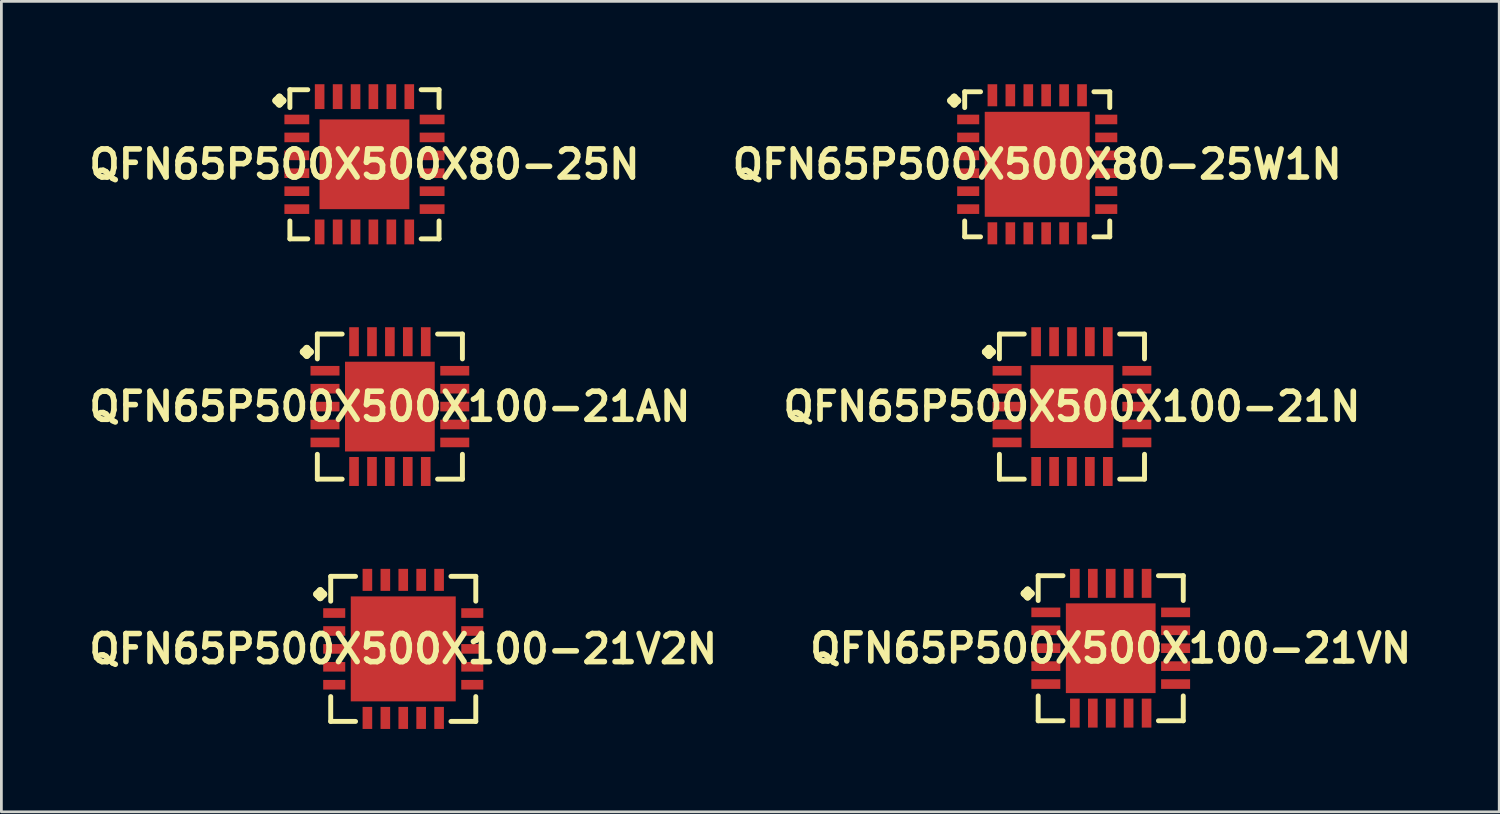
<source format=kicad_pcb>
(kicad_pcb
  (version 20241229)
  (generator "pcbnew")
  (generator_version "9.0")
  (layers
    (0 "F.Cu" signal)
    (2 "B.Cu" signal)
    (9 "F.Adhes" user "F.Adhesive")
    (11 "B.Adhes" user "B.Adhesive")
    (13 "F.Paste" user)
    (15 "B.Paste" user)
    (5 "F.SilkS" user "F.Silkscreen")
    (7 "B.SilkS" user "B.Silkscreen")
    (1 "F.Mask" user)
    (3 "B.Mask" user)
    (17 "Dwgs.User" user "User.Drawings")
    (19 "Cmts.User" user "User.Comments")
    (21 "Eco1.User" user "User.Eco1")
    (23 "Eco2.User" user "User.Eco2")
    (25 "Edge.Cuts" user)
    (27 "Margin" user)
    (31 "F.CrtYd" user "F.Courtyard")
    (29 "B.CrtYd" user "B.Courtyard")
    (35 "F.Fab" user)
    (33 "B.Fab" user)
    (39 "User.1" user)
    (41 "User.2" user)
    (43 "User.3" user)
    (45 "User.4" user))
  (footprint "QFN65P500X500X100-21VN"
    (layer "F.Cu")
    (at 37.162 20.418)
    (property "Reference" "QFN65P500X500X100-21VN" (at 0 0 0) (layer "F.SilkS") (effects (font (size 1.016 1.016) (thickness 0.203))))
    (attr smd)
    (fp_line (start -3.134 -1.981) (end -3.007 -2.108) (stroke (width 0.254) (type solid)) (layer "F.SilkS"))
    (fp_line (start -3.007 -2.108) (end -2.88 -1.981) (stroke (width 0.254) (type solid)) (layer "F.SilkS"))
    (fp_line (start -3.007 -1.854) (end -3.134 -1.981) (stroke (width 0.254) (type solid)) (layer "F.SilkS"))
    (fp_line (start -2.88 -1.981) (end -3.007 -1.854) (stroke (width 0.254) (type solid)) (layer "F.SilkS"))
    (fp_line (start -2.626 -2.626) (end -1.727 -2.626) (stroke (width 0.178) (type solid)) (layer "F.SilkS"))
    (fp_line (start -2.626 -1.727) (end -2.626 -2.626) (stroke (width 0.178) (type solid)) (layer "F.SilkS"))
    (fp_line (start -2.626 1.727) (end -2.626 2.626) (stroke (width 0.178) (type solid)) (layer "F.SilkS"))
    (fp_line (start -2.626 2.626) (end -1.727 2.626) (stroke (width 0.178) (type solid)) (layer "F.SilkS"))
    (fp_line (start 1.727 -2.626) (end 2.626 -2.626) (stroke (width 0.178) (type solid)) (layer "F.SilkS"))
    (fp_line (start 1.727 2.626) (end 2.626 2.626) (stroke (width 0.178) (type solid)) (layer "F.SilkS"))
    (fp_line (start 2.626 -2.626) (end 2.626 -1.727) (stroke (width 0.178) (type solid)) (layer "F.SilkS"))
    (fp_line (start 2.626 2.626) (end 2.626 1.727) (stroke (width 0.178) (type solid)) (layer "F.SilkS"))
    (pad "1" smd rect (at -2.349 -1.298) (size 1.049 0.348) (layers "F.Cu" "F.Mask" "F.Paste"))
    (pad "2" smd rect (at -2.349 -0.648) (size 1.049 0.348) (layers "F.Cu" "F.Mask" "F.Paste"))
    (pad "3" smd rect (at -2.349 0) (size 1.049 0.348) (layers "F.Cu" "F.Mask" "F.Paste"))
    (pad "4" smd rect (at -2.349 0.648) (size 1.049 0.348) (layers "F.Cu" "F.Mask" "F.Paste"))
    (pad "5" smd rect (at -2.349 1.298) (size 1.049 0.348) (layers "F.Cu" "F.Mask" "F.Paste"))
    (pad "6" smd rect (at -1.298 2.349) (size 0.348 1.049) (layers "F.Cu" "F.Mask" "F.Paste"))
    (pad "7" smd rect (at -0.648 2.349) (size 0.348 1.049) (layers "F.Cu" "F.Mask" "F.Paste"))
    (pad "8" smd rect (at 0 2.349) (size 0.348 1.049) (layers "F.Cu" "F.Mask" "F.Paste"))
    (pad "9" smd rect (at 0.648 2.349) (size 0.348 1.049) (layers "F.Cu" "F.Mask" "F.Paste"))
    (pad "10" smd rect (at 1.298 2.349) (size 0.348 1.049) (layers "F.Cu" "F.Mask" "F.Paste"))
    (pad "11" smd rect (at 2.349 1.298) (size 1.049 0.348) (layers "F.Cu" "F.Mask" "F.Paste"))
    (pad "12" smd rect (at 2.349 0.648) (size 1.049 0.348) (layers "F.Cu" "F.Mask" "F.Paste"))
    (pad "13" smd rect (at 2.349 0) (size 1.049 0.348) (layers "F.Cu" "F.Mask" "F.Paste"))
    (pad "14" smd rect (at 2.349 -0.648) (size 1.049 0.348) (layers "F.Cu" "F.Mask" "F.Paste"))
    (pad "15" smd rect (at 2.349 -1.298) (size 1.049 0.348) (layers "F.Cu" "F.Mask" "F.Paste"))
    (pad "16" smd rect (at 1.298 -2.349) (size 0.348 1.049) (layers "F.Cu" "F.Mask" "F.Paste"))
    (pad "17" smd rect (at 0.648 -2.349) (size 0.348 1.049) (layers "F.Cu" "F.Mask" "F.Paste"))
    (pad "18" smd rect (at 0 -2.349) (size 0.348 1.049) (layers "F.Cu" "F.Mask" "F.Paste"))
    (pad "19" smd rect (at -0.648 -2.349) (size 0.348 1.049) (layers "F.Cu" "F.Mask" "F.Paste"))
    (pad "20" smd rect (at -1.298 -2.349) (size 0.348 1.049) (layers "F.Cu" "F.Mask" "F.Paste"))
    (pad "21" smd rect (at 0 0) (size 3.249 3.249) (layers "F.Cu" "F.Mask" "F.Paste")))
  (footprint "QFN65P500X500X80-25W1N"
    (layer "F.Cu")
    (at 34.501 2.898)
    (property "Reference" "QFN65P500X500X80-25W1N" (at 0 0 0) (layer "F.SilkS") (effects (font (size 1.016 1.016) (thickness 0.203))))
    (attr smd)
    (fp_line (start -3.134 -2.306) (end -3.007 -2.433) (stroke (width 0.254) (type solid)) (layer "F.SilkS"))
    (fp_line (start -3.007 -2.433) (end -2.88 -2.306) (stroke (width 0.254) (type solid)) (layer "F.SilkS"))
    (fp_line (start -3.007 -2.179) (end -3.134 -2.306) (stroke (width 0.254) (type solid)) (layer "F.SilkS"))
    (fp_line (start -2.88 -2.306) (end -3.007 -2.179) (stroke (width 0.254) (type solid)) (layer "F.SilkS"))
    (fp_line (start -2.626 -2.626) (end -2.052 -2.626) (stroke (width 0.178) (type solid)) (layer "F.SilkS"))
    (fp_line (start -2.626 -2.052) (end -2.626 -2.626) (stroke (width 0.178) (type solid)) (layer "F.SilkS"))
    (fp_line (start -2.626 2.052) (end -2.626 2.626) (stroke (width 0.178) (type solid)) (layer "F.SilkS"))
    (fp_line (start -2.626 2.626) (end -2.052 2.626) (stroke (width 0.178) (type solid)) (layer "F.SilkS"))
    (fp_line (start 2.052 -2.626) (end 2.626 -2.626) (stroke (width 0.178) (type solid)) (layer "F.SilkS"))
    (fp_line (start 2.052 2.626) (end 2.626 2.626) (stroke (width 0.178) (type solid)) (layer "F.SilkS"))
    (fp_line (start 2.626 -2.626) (end 2.626 -2.052) (stroke (width 0.178) (type solid)) (layer "F.SilkS"))
    (fp_line (start 2.626 2.626) (end 2.626 2.052) (stroke (width 0.178) (type solid)) (layer "F.SilkS"))
    (pad "1" smd rect (at -2.499 -1.623) (size 0.798 0.348) (layers "F.Cu" "F.Mask" "F.Paste"))
    (pad "2" smd rect (at -2.499 -0.973) (size 0.798 0.348) (layers "F.Cu" "F.Mask" "F.Paste"))
    (pad "3" smd rect (at -2.499 -0.323) (size 0.798 0.348) (layers "F.Cu" "F.Mask" "F.Paste"))
    (pad "4" smd rect (at -2.499 0.323) (size 0.798 0.348) (layers "F.Cu" "F.Mask" "F.Paste"))
    (pad "5" smd rect (at -2.499 0.973) (size 0.798 0.348) (layers "F.Cu" "F.Mask" "F.Paste"))
    (pad "6" smd rect (at -2.499 1.623) (size 0.798 0.348) (layers "F.Cu" "F.Mask" "F.Paste"))
    (pad "7" smd rect (at -1.623 2.499) (size 0.348 0.798) (layers "F.Cu" "F.Mask" "F.Paste"))
    (pad "8" smd rect (at -0.973 2.499) (size 0.348 0.798) (layers "F.Cu" "F.Mask" "F.Paste"))
    (pad "9" smd rect (at -0.323 2.499) (size 0.348 0.798) (layers "F.Cu" "F.Mask" "F.Paste"))
    (pad "10" smd rect (at 0.323 2.499) (size 0.348 0.798) (layers "F.Cu" "F.Mask" "F.Paste"))
    (pad "11" smd rect (at 0.973 2.499) (size 0.348 0.798) (layers "F.Cu" "F.Mask" "F.Paste"))
    (pad "12" smd rect (at 1.623 2.499) (size 0.348 0.798) (layers "F.Cu" "F.Mask" "F.Paste"))
    (pad "13" smd rect (at 2.499 1.623) (size 0.798 0.348) (layers "F.Cu" "F.Mask" "F.Paste"))
    (pad "14" smd rect (at 2.499 0.973) (size 0.798 0.348) (layers "F.Cu" "F.Mask" "F.Paste"))
    (pad "15" smd rect (at 2.499 0.323) (size 0.798 0.348) (layers "F.Cu" "F.Mask" "F.Paste"))
    (pad "16" smd rect (at 2.499 -0.323) (size 0.798 0.348) (layers "F.Cu" "F.Mask" "F.Paste"))
    (pad "17" smd rect (at 2.499 -0.973) (size 0.798 0.348) (layers "F.Cu" "F.Mask" "F.Paste"))
    (pad "18" smd rect (at 2.499 -1.623) (size 0.798 0.348) (layers "F.Cu" "F.Mask" "F.Paste"))
    (pad "19" smd rect (at 1.623 -2.499) (size 0.348 0.798) (layers "F.Cu" "F.Mask" "F.Paste"))
    (pad "20" smd rect (at 0.973 -2.499) (size 0.348 0.798) (layers "F.Cu" "F.Mask" "F.Paste"))
    (pad "21" smd rect (at 0.323 -2.499) (size 0.348 0.798) (layers "F.Cu" "F.Mask" "F.Paste"))
    (pad "22" smd rect (at -0.323 -2.499) (size 0.348 0.798) (layers "F.Cu" "F.Mask" "F.Paste"))
    (pad "23" smd rect (at -0.973 -2.499) (size 0.348 0.798) (layers "F.Cu" "F.Mask" "F.Paste"))
    (pad "24" smd rect (at -1.623 -2.499) (size 0.348 0.798) (layers "F.Cu" "F.Mask" "F.Paste"))
    (pad "25" smd rect (at 0 0) (size 3.8 3.8) (layers "F.Cu" "F.Mask" "F.Paste")))
  (footprint "QFN65P500X500X100-21V2N"
    (layer "F.Cu")
    (at 11.549 20.442)
    (property "Reference" "QFN65P500X500X100-21V2N" (at 0 0 0) (layer "F.SilkS") (effects (font (size 1.016 1.016) (thickness 0.203))))
    (attr smd)
    (fp_line (start -3.134 -1.981) (end -3.007 -2.108) (stroke (width 0.254) (type solid)) (layer "F.SilkS"))
    (fp_line (start -3.007 -2.108) (end -2.88 -1.981) (stroke (width 0.254) (type solid)) (layer "F.SilkS"))
    (fp_line (start -3.007 -1.854) (end -3.134 -1.981) (stroke (width 0.254) (type solid)) (layer "F.SilkS"))
    (fp_line (start -2.88 -1.981) (end -3.007 -1.854) (stroke (width 0.254) (type solid)) (layer "F.SilkS"))
    (fp_line (start -2.626 -2.626) (end -1.727 -2.626) (stroke (width 0.178) (type solid)) (layer "F.SilkS"))
    (fp_line (start -2.626 -1.727) (end -2.626 -2.626) (stroke (width 0.178) (type solid)) (layer "F.SilkS"))
    (fp_line (start -2.626 1.727) (end -2.626 2.626) (stroke (width 0.178) (type solid)) (layer "F.SilkS"))
    (fp_line (start -2.626 2.626) (end -1.727 2.626) (stroke (width 0.178) (type solid)) (layer "F.SilkS"))
    (fp_line (start 1.727 -2.626) (end 2.626 -2.626) (stroke (width 0.178) (type solid)) (layer "F.SilkS"))
    (fp_line (start 1.727 2.626) (end 2.626 2.626) (stroke (width 0.178) (type solid)) (layer "F.SilkS"))
    (fp_line (start 2.626 -2.626) (end 2.626 -1.727) (stroke (width 0.178) (type solid)) (layer "F.SilkS"))
    (fp_line (start 2.626 2.626) (end 2.626 1.727) (stroke (width 0.178) (type solid)) (layer "F.SilkS"))
    (pad "1" smd rect (at -2.499 -1.298) (size 0.798 0.348) (layers "F.Cu" "F.Mask" "F.Paste"))
    (pad "2" smd rect (at -2.499 -0.648) (size 0.798 0.348) (layers "F.Cu" "F.Mask" "F.Paste"))
    (pad "3" smd rect (at -2.499 0) (size 0.798 0.348) (layers "F.Cu" "F.Mask" "F.Paste"))
    (pad "4" smd rect (at -2.499 0.648) (size 0.798 0.348) (layers "F.Cu" "F.Mask" "F.Paste"))
    (pad "5" smd rect (at -2.499 1.298) (size 0.798 0.348) (layers "F.Cu" "F.Mask" "F.Paste"))
    (pad "6" smd rect (at -1.298 2.499) (size 0.348 0.798) (layers "F.Cu" "F.Mask" "F.Paste"))
    (pad "7" smd rect (at -0.648 2.499) (size 0.348 0.798) (layers "F.Cu" "F.Mask" "F.Paste"))
    (pad "8" smd rect (at 0 2.499) (size 0.348 0.798) (layers "F.Cu" "F.Mask" "F.Paste"))
    (pad "9" smd rect (at 0.648 2.499) (size 0.348 0.798) (layers "F.Cu" "F.Mask" "F.Paste"))
    (pad "10" smd rect (at 1.298 2.499) (size 0.348 0.798) (layers "F.Cu" "F.Mask" "F.Paste"))
    (pad "11" smd rect (at 2.499 1.298) (size 0.798 0.348) (layers "F.Cu" "F.Mask" "F.Paste"))
    (pad "12" smd rect (at 2.499 0.648) (size 0.798 0.348) (layers "F.Cu" "F.Mask" "F.Paste"))
    (pad "13" smd rect (at 2.499 0) (size 0.798 0.348) (layers "F.Cu" "F.Mask" "F.Paste"))
    (pad "14" smd rect (at 2.499 -0.648) (size 0.798 0.348) (layers "F.Cu" "F.Mask" "F.Paste"))
    (pad "15" smd rect (at 2.499 -1.298) (size 0.798 0.348) (layers "F.Cu" "F.Mask" "F.Paste"))
    (pad "16" smd rect (at 1.298 -2.499) (size 0.348 0.798) (layers "F.Cu" "F.Mask" "F.Paste"))
    (pad "17" smd rect (at 0.648 -2.499) (size 0.348 0.798) (layers "F.Cu" "F.Mask" "F.Paste"))
    (pad "18" smd rect (at 0 -2.499) (size 0.348 0.798) (layers "F.Cu" "F.Mask" "F.Paste"))
    (pad "19" smd rect (at -0.648 -2.499) (size 0.348 0.798) (layers "F.Cu" "F.Mask" "F.Paste"))
    (pad "20" smd rect (at -1.298 -2.499) (size 0.348 0.798) (layers "F.Cu" "F.Mask" "F.Paste"))
    (pad "21" smd rect (at 0 0) (size 3.8 3.8) (layers "F.Cu" "F.Mask" "F.Paste")))
  (footprint "QFN65P500X500X100-21AN"
    (layer "F.Cu")
    (at 11.065 11.67)
    (property "Reference" "QFN65P500X500X100-21AN" (at 0 0 0) (layer "F.SilkS") (effects (font (size 1.016 1.016) (thickness 0.203))))
    (attr smd)
    (fp_line (start -3.134 -1.981) (end -3.007 -2.108) (stroke (width 0.254) (type solid)) (layer "F.SilkS"))
    (fp_line (start -3.007 -2.108) (end -2.88 -1.981) (stroke (width 0.254) (type solid)) (layer "F.SilkS"))
    (fp_line (start -3.007 -1.854) (end -3.134 -1.981) (stroke (width 0.254) (type solid)) (layer "F.SilkS"))
    (fp_line (start -2.88 -1.981) (end -3.007 -1.854) (stroke (width 0.254) (type solid)) (layer "F.SilkS"))
    (fp_line (start -2.626 -2.626) (end -1.727 -2.626) (stroke (width 0.178) (type solid)) (layer "F.SilkS"))
    (fp_line (start -2.626 -1.727) (end -2.626 -2.626) (stroke (width 0.178) (type solid)) (layer "F.SilkS"))
    (fp_line (start -2.626 1.727) (end -2.626 2.626) (stroke (width 0.178) (type solid)) (layer "F.SilkS"))
    (fp_line (start -2.626 2.626) (end -1.727 2.626) (stroke (width 0.178) (type solid)) (layer "F.SilkS"))
    (fp_line (start 1.727 -2.626) (end 2.626 -2.626) (stroke (width 0.178) (type solid)) (layer "F.SilkS"))
    (fp_line (start 1.727 2.626) (end 2.626 2.626) (stroke (width 0.178) (type solid)) (layer "F.SilkS"))
    (fp_line (start 2.626 -2.626) (end 2.626 -1.727) (stroke (width 0.178) (type solid)) (layer "F.SilkS"))
    (fp_line (start 2.626 2.626) (end 2.626 1.727) (stroke (width 0.178) (type solid)) (layer "F.SilkS"))
    (pad "1" smd rect (at -2.349 -1.298) (size 1.049 0.348) (layers "F.Cu" "F.Mask" "F.Paste"))
    (pad "2" smd rect (at -2.349 -0.648) (size 1.049 0.348) (layers "F.Cu" "F.Mask" "F.Paste"))
    (pad "3" smd rect (at -2.349 0) (size 1.049 0.348) (layers "F.Cu" "F.Mask" "F.Paste"))
    (pad "4" smd rect (at -2.349 0.648) (size 1.049 0.348) (layers "F.Cu" "F.Mask" "F.Paste"))
    (pad "5" smd rect (at -2.349 1.298) (size 1.049 0.348) (layers "F.Cu" "F.Mask" "F.Paste"))
    (pad "6" smd rect (at -1.298 2.349) (size 0.348 1.049) (layers "F.Cu" "F.Mask" "F.Paste"))
    (pad "7" smd rect (at -0.648 2.349) (size 0.348 1.049) (layers "F.Cu" "F.Mask" "F.Paste"))
    (pad "8" smd rect (at 0 2.349) (size 0.348 1.049) (layers "F.Cu" "F.Mask" "F.Paste"))
    (pad "9" smd rect (at 0.648 2.349) (size 0.348 1.049) (layers "F.Cu" "F.Mask" "F.Paste"))
    (pad "10" smd rect (at 1.298 2.349) (size 0.348 1.049) (layers "F.Cu" "F.Mask" "F.Paste"))
    (pad "11" smd rect (at 2.349 1.298) (size 1.049 0.348) (layers "F.Cu" "F.Mask" "F.Paste"))
    (pad "12" smd rect (at 2.349 0.648) (size 1.049 0.348) (layers "F.Cu" "F.Mask" "F.Paste"))
    (pad "13" smd rect (at 2.349 0) (size 1.049 0.348) (layers "F.Cu" "F.Mask" "F.Paste"))
    (pad "14" smd rect (at 2.349 -0.648) (size 1.049 0.348) (layers "F.Cu" "F.Mask" "F.Paste"))
    (pad "15" smd rect (at 2.349 -1.298) (size 1.049 0.348) (layers "F.Cu" "F.Mask" "F.Paste"))
    (pad "16" smd rect (at 1.298 -2.349) (size 0.348 1.049) (layers "F.Cu" "F.Mask" "F.Paste"))
    (pad "17" smd rect (at 0.648 -2.349) (size 0.348 1.049) (layers "F.Cu" "F.Mask" "F.Paste"))
    (pad "18" smd rect (at 0 -2.349) (size 0.348 1.049) (layers "F.Cu" "F.Mask" "F.Paste"))
    (pad "19" smd rect (at -0.648 -2.349) (size 0.348 1.049) (layers "F.Cu" "F.Mask" "F.Paste"))
    (pad "20" smd rect (at -1.298 -2.349) (size 0.348 1.049) (layers "F.Cu" "F.Mask" "F.Paste"))
    (pad "21" smd rect (at 0 0) (size 3.249 3.249) (layers "F.Cu" "F.Mask" "F.Paste")))
  (footprint "QFN65P500X500X80-25N"
    (layer "F.Cu")
    (at 10.145 2.898)
    (property "Reference" "QFN65P500X500X80-25N" (at 0 0 0) (layer "F.SilkS") (effects (font (size 1.016 1.016) (thickness 0.203))))
    (attr smd)
    (fp_line (start -3.208 -2.306) (end -3.081 -2.433) (stroke (width 0.254) (type solid)) (layer "F.SilkS"))
    (fp_line (start -3.081 -2.433) (end -2.954 -2.306) (stroke (width 0.254) (type solid)) (layer "F.SilkS"))
    (fp_line (start -3.081 -2.179) (end -3.208 -2.306) (stroke (width 0.254) (type solid)) (layer "F.SilkS"))
    (fp_line (start -2.954 -2.306) (end -3.081 -2.179) (stroke (width 0.254) (type solid)) (layer "F.SilkS"))
    (fp_line (start -2.7 -2.7) (end -2.052 -2.7) (stroke (width 0.178) (type solid)) (layer "F.SilkS"))
    (fp_line (start -2.7 -2.052) (end -2.7 -2.7) (stroke (width 0.178) (type solid)) (layer "F.SilkS"))
    (fp_line (start -2.7 2.052) (end -2.7 2.7) (stroke (width 0.178) (type solid)) (layer "F.SilkS"))
    (fp_line (start -2.7 2.7) (end -2.052 2.7) (stroke (width 0.178) (type solid)) (layer "F.SilkS"))
    (fp_line (start 2.052 -2.7) (end 2.7 -2.7) (stroke (width 0.178) (type solid)) (layer "F.SilkS"))
    (fp_line (start 2.052 2.7) (end 2.7 2.7) (stroke (width 0.178) (type solid)) (layer "F.SilkS"))
    (fp_line (start 2.7 -2.7) (end 2.7 -2.052) (stroke (width 0.178) (type solid)) (layer "F.SilkS"))
    (fp_line (start 2.7 2.7) (end 2.7 2.052) (stroke (width 0.178) (type solid)) (layer "F.SilkS"))
    (pad "1" smd rect (at -2.449 -1.623) (size 0.899 0.348) (layers "F.Cu" "F.Mask" "F.Paste"))
    (pad "2" smd rect (at -2.449 -0.973) (size 0.899 0.348) (layers "F.Cu" "F.Mask" "F.Paste"))
    (pad "3" smd rect (at -2.449 -0.323) (size 0.899 0.348) (layers "F.Cu" "F.Mask" "F.Paste"))
    (pad "4" smd rect (at -2.449 0.323) (size 0.899 0.348) (layers "F.Cu" "F.Mask" "F.Paste"))
    (pad "5" smd rect (at -2.449 0.973) (size 0.899 0.348) (layers "F.Cu" "F.Mask" "F.Paste"))
    (pad "6" smd rect (at -2.449 1.623) (size 0.899 0.348) (layers "F.Cu" "F.Mask" "F.Paste"))
    (pad "7" smd rect (at -1.623 2.449) (size 0.348 0.899) (layers "F.Cu" "F.Mask" "F.Paste"))
    (pad "8" smd rect (at -0.973 2.449) (size 0.348 0.899) (layers "F.Cu" "F.Mask" "F.Paste"))
    (pad "9" smd rect (at -0.323 2.449) (size 0.348 0.899) (layers "F.Cu" "F.Mask" "F.Paste"))
    (pad "10" smd rect (at 0.323 2.449) (size 0.348 0.899) (layers "F.Cu" "F.Mask" "F.Paste"))
    (pad "11" smd rect (at 0.973 2.449) (size 0.348 0.899) (layers "F.Cu" "F.Mask" "F.Paste"))
    (pad "12" smd rect (at 1.623 2.449) (size 0.348 0.899) (layers "F.Cu" "F.Mask" "F.Paste"))
    (pad "13" smd rect (at 2.449 1.623) (size 0.899 0.348) (layers "F.Cu" "F.Mask" "F.Paste"))
    (pad "14" smd rect (at 2.449 0.973) (size 0.899 0.348) (layers "F.Cu" "F.Mask" "F.Paste"))
    (pad "15" smd rect (at 2.449 0.323) (size 0.899 0.348) (layers "F.Cu" "F.Mask" "F.Paste"))
    (pad "16" smd rect (at 2.449 -0.323) (size 0.899 0.348) (layers "F.Cu" "F.Mask" "F.Paste"))
    (pad "17" smd rect (at 2.449 -0.973) (size 0.899 0.348) (layers "F.Cu" "F.Mask" "F.Paste"))
    (pad "18" smd rect (at 2.449 -1.623) (size 0.899 0.348) (layers "F.Cu" "F.Mask" "F.Paste"))
    (pad "19" smd rect (at 1.623 -2.449) (size 0.348 0.899) (layers "F.Cu" "F.Mask" "F.Paste"))
    (pad "20" smd rect (at 0.973 -2.449) (size 0.348 0.899) (layers "F.Cu" "F.Mask" "F.Paste"))
    (pad "21" smd rect (at 0.323 -2.449) (size 0.348 0.899) (layers "F.Cu" "F.Mask" "F.Paste"))
    (pad "22" smd rect (at -0.323 -2.449) (size 0.348 0.899) (layers "F.Cu" "F.Mask" "F.Paste"))
    (pad "23" smd rect (at -0.973 -2.449) (size 0.348 0.899) (layers "F.Cu" "F.Mask" "F.Paste"))
    (pad "24" smd rect (at -1.623 -2.449) (size 0.348 0.899) (layers "F.Cu" "F.Mask" "F.Paste"))
    (pad "25" smd rect (at 0 0) (size 3.249 3.249) (layers "F.Cu" "F.Mask" "F.Paste")))
  (footprint "QFN65P500X500X100-21N"
    (layer "F.Cu")
    (at 35.759 11.67)
    (property "Reference" "QFN65P500X500X100-21N" (at 0 0 0) (layer "F.SilkS") (effects (font (size 1.016 1.016) (thickness 0.203))))
    (attr smd)
    (fp_line (start -3.134 -1.981) (end -3.007 -2.108) (stroke (width 0.254) (type solid)) (layer "F.SilkS"))
    (fp_line (start -3.007 -2.108) (end -2.88 -1.981) (stroke (width 0.254) (type solid)) (layer "F.SilkS"))
    (fp_line (start -3.007 -1.854) (end -3.134 -1.981) (stroke (width 0.254) (type solid)) (layer "F.SilkS"))
    (fp_line (start -2.88 -1.981) (end -3.007 -1.854) (stroke (width 0.254) (type solid)) (layer "F.SilkS"))
    (fp_line (start -2.626 -2.626) (end -1.727 -2.626) (stroke (width 0.178) (type solid)) (layer "F.SilkS"))
    (fp_line (start -2.626 -1.727) (end -2.626 -2.626) (stroke (width 0.178) (type solid)) (layer "F.SilkS"))
    (fp_line (start -2.626 1.727) (end -2.626 2.626) (stroke (width 0.178) (type solid)) (layer "F.SilkS"))
    (fp_line (start -2.626 2.626) (end -1.727 2.626) (stroke (width 0.178) (type solid)) (layer "F.SilkS"))
    (fp_line (start 1.727 -2.626) (end 2.626 -2.626) (stroke (width 0.178) (type solid)) (layer "F.SilkS"))
    (fp_line (start 1.727 2.626) (end 2.626 2.626) (stroke (width 0.178) (type solid)) (layer "F.SilkS"))
    (fp_line (start 2.626 -2.626) (end 2.626 -1.727) (stroke (width 0.178) (type solid)) (layer "F.SilkS"))
    (fp_line (start 2.626 2.626) (end 2.626 1.727) (stroke (width 0.178) (type solid)) (layer "F.SilkS"))
    (pad "1" smd rect (at -2.349 -1.298) (size 1.049 0.348) (layers "F.Cu" "F.Mask" "F.Paste"))
    (pad "2" smd rect (at -2.349 -0.648) (size 1.049 0.348) (layers "F.Cu" "F.Mask" "F.Paste"))
    (pad "3" smd rect (at -2.349 0) (size 1.049 0.348) (layers "F.Cu" "F.Mask" "F.Paste"))
    (pad "4" smd rect (at -2.349 0.648) (size 1.049 0.348) (layers "F.Cu" "F.Mask" "F.Paste"))
    (pad "5" smd rect (at -2.349 1.298) (size 1.049 0.348) (layers "F.Cu" "F.Mask" "F.Paste"))
    (pad "6" smd rect (at -1.298 2.349) (size 0.348 1.049) (layers "F.Cu" "F.Mask" "F.Paste"))
    (pad "7" smd rect (at -0.648 2.349) (size 0.348 1.049) (layers "F.Cu" "F.Mask" "F.Paste"))
    (pad "8" smd rect (at 0 2.349) (size 0.348 1.049) (layers "F.Cu" "F.Mask" "F.Paste"))
    (pad "9" smd rect (at 0.648 2.349) (size 0.348 1.049) (layers "F.Cu" "F.Mask" "F.Paste"))
    (pad "10" smd rect (at 1.298 2.349) (size 0.348 1.049) (layers "F.Cu" "F.Mask" "F.Paste"))
    (pad "11" smd rect (at 2.349 1.298) (size 1.049 0.348) (layers "F.Cu" "F.Mask" "F.Paste"))
    (pad "12" smd rect (at 2.349 0.648) (size 1.049 0.348) (layers "F.Cu" "F.Mask" "F.Paste"))
    (pad "13" smd rect (at 2.349 0) (size 1.049 0.348) (layers "F.Cu" "F.Mask" "F.Paste"))
    (pad "14" smd rect (at 2.349 -0.648) (size 1.049 0.348) (layers "F.Cu" "F.Mask" "F.Paste"))
    (pad "15" smd rect (at 2.349 -1.298) (size 1.049 0.348) (layers "F.Cu" "F.Mask" "F.Paste"))
    (pad "16" smd rect (at 1.298 -2.349) (size 0.348 1.049) (layers "F.Cu" "F.Mask" "F.Paste"))
    (pad "17" smd rect (at 0.648 -2.349) (size 0.348 1.049) (layers "F.Cu" "F.Mask" "F.Paste"))
    (pad "18" smd rect (at 0 -2.349) (size 0.348 1.049) (layers "F.Cu" "F.Mask" "F.Paste"))
    (pad "19" smd rect (at -0.648 -2.349) (size 0.348 1.049) (layers "F.Cu" "F.Mask" "F.Paste"))
    (pad "20" smd rect (at -1.298 -2.349) (size 0.348 1.049) (layers "F.Cu" "F.Mask" "F.Paste"))
    (pad "21" smd rect (at 0 0) (size 3 3) (layers "F.Cu" "F.Mask" "F.Paste")))
  (gr_rect
    (start -3 -3)
    (end 51.227 26.341)
    (stroke (width 0.1) (type default))
    (fill no)
    (layer "Edge.Cuts")))
</source>
